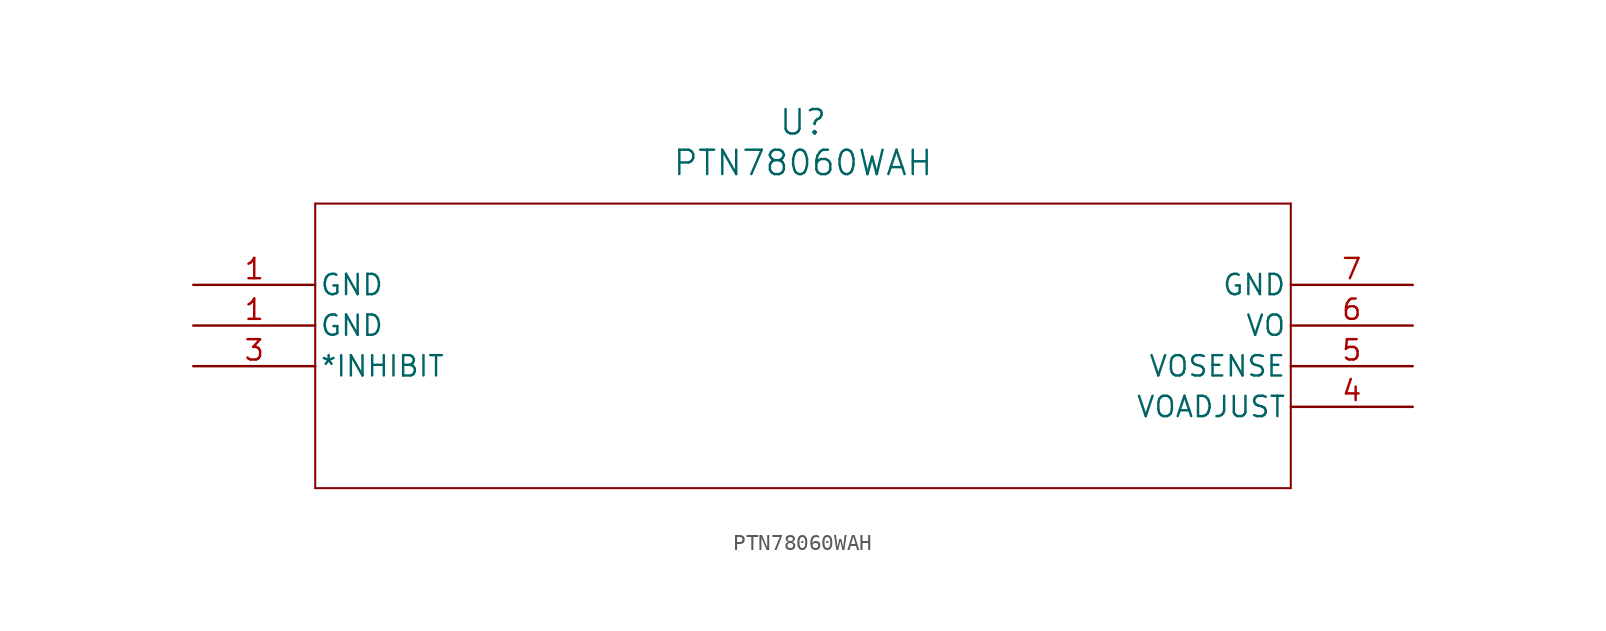
<source format=kicad_sym>
(kicad_symbol_lib
  (version 20211014)
  (generator kicad_symbol_editor)
  (symbol "PTN78060WAH"
    (pin_names
      (offset 0.254))
    (property "Reference" "U"
      (at 38.1 10.16 0)
      (effects (font (size 1.524 1.524))))
    (property "Value" "PTN78060WAH"
      (at 38.1 7.62 0)
      (effects (font (size 1.524 1.524))))
    (symbol "PTN78060WAH_0_1"
      (polyline (pts (xy 7.62 5.08) (xy 7.62 -12.7)) (stroke (width 0.127) (type default) (color 0 0 0 0)) (fill (type none)))
      (polyline (pts (xy 7.62 -12.7) (xy 68.58 -12.7)) (stroke (width 0.127) (type default) (color 0 0 0 0)) (fill (type none)))
      (polyline (pts (xy 68.58 -12.7) (xy 68.58 5.08)) (stroke (width 0.127) (type default) (color 0 0 0 0)) (fill (type none)))
      (polyline (pts (xy 68.58 5.08) (xy 7.62 5.08)) (stroke (width 0.127) (type default) (color 0 0 0 0)) (fill (type none)))
      (pin power_in line (at 0 0 0) (length 7.62) (name "GND" (effects (font (size 1.27 1.27)))) (number "1" (effects (font (size 1.27 1.27)))))
      (pin power_in line (at 0 -2.54 0) (length 7.62) (name "GND" (effects (font (size 1.27 1.27)))) (number "1" (effects (font (size 1.27 1.27)))))
      (pin input line (at 0 -5.08 0) (length 7.62) (name "*INHIBIT" (effects (font (size 1.27 1.27)))) (number "3" (effects (font (size 1.27 1.27)))))
      (pin input line (at 76.2 -7.62 180) (length 7.62) (name "VOADJUST" (effects (font (size 1.27 1.27)))) (number "4" (effects (font (size 1.27 1.27)))))
      (pin input line (at 76.2 -5.08 180) (length 7.62) (name "VOSENSE" (effects (font (size 1.27 1.27)))) (number "5" (effects (font (size 1.27 1.27)))))
      (pin output line (at 76.2 -2.54 180) (length 7.62) (name "VO" (effects (font (size 1.27 1.27)))) (number "6" (effects (font (size 1.27 1.27)))))
      (pin power_in line (at 76.2 0 180) (length 7.62) (name "GND" (effects (font (size 1.27 1.27)))) (number "7" (effects (font (size 1.27 1.27))))))))
</source>
